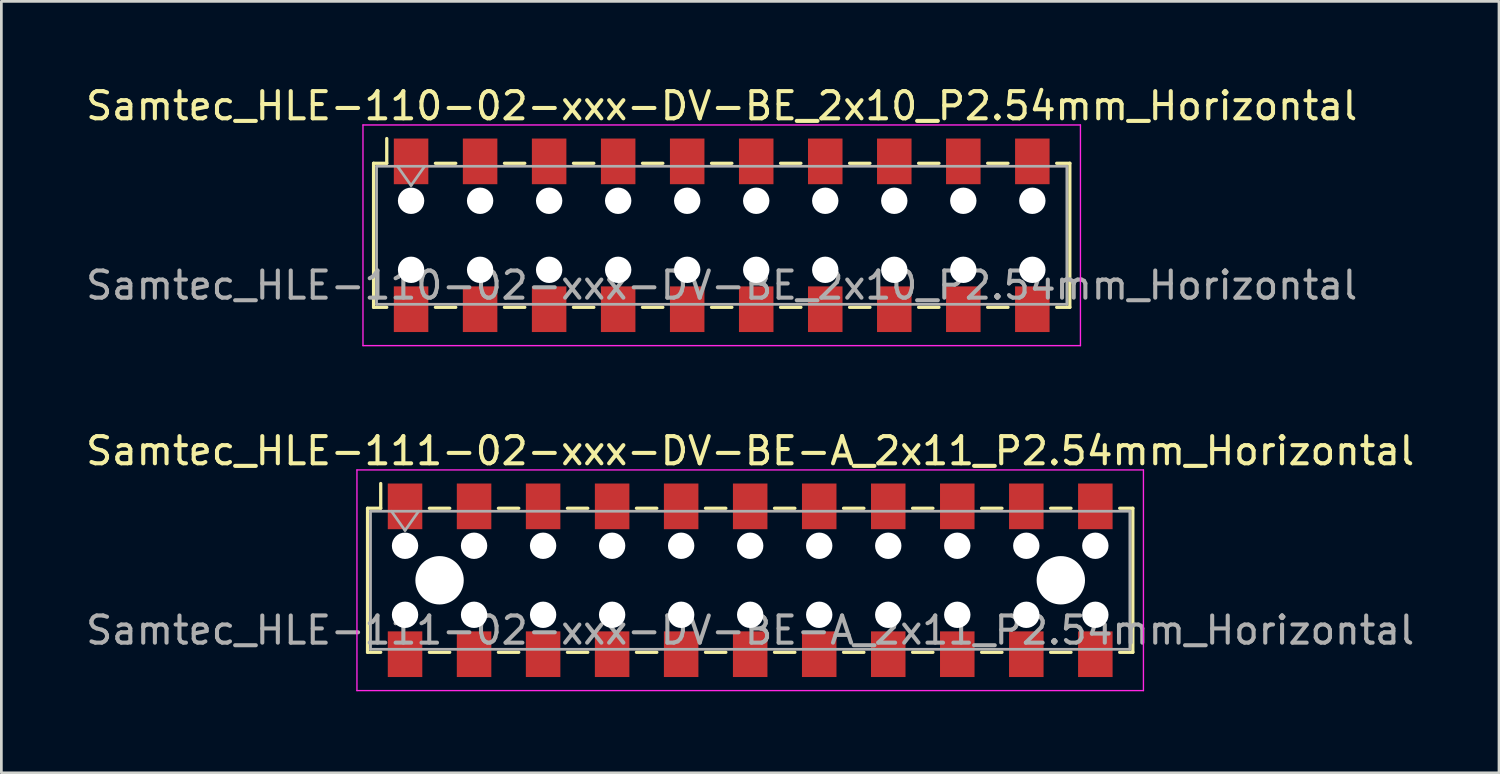
<source format=kicad_pcb>
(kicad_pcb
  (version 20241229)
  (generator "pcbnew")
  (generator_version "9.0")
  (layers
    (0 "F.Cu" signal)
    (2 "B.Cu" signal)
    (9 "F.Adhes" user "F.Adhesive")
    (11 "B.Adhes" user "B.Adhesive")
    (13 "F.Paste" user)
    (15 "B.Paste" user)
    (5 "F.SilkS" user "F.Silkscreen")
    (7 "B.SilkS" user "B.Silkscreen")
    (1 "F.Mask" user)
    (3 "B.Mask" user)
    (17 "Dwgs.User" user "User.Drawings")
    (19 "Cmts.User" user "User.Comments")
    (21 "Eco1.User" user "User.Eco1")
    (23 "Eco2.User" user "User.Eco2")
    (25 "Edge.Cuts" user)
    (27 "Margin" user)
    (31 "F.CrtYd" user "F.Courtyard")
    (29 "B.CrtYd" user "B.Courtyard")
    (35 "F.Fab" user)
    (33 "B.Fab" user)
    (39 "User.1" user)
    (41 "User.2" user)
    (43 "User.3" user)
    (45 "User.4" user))
  (footprint "Samtec_HLE-111-02-xxx-DV-BE-A_2x11_P2.54mm_Horizontal"
    (layer "F.Cu")
    (at 24.554 18.302)
    (property "Reference" "Samtec_HLE-111-02-xxx-DV-BE-A_2x11_P2.54mm_Horizontal" (at 0 -4.76 0) (layer "F.SilkS") (effects (font (size 1 1) (thickness 0.15))))
    (attr smd)
    (fp_line (start -14.08 -2.65) (end -14.08 2.65) (stroke (width 0.12) (type solid)) (layer "F.SilkS"))
    (fp_line (start -14.08 2.65) (end -13.595 2.65) (stroke (width 0.12) (type solid)) (layer "F.SilkS"))
    (fp_line (start -13.595 -3.56) (end -13.595 -2.65) (stroke (width 0.12) (type solid)) (layer "F.SilkS"))
    (fp_line (start -13.595 -2.65) (end -14.08 -2.65) (stroke (width 0.12) (type solid)) (layer "F.SilkS"))
    (fp_line (start -11.805 -2.65) (end -11.055 -2.65) (stroke (width 0.12) (type solid)) (layer "F.SilkS"))
    (fp_line (start -11.805 2.65) (end -11.055 2.65) (stroke (width 0.12) (type solid)) (layer "F.SilkS"))
    (fp_line (start -9.265 -2.65) (end -8.515 -2.65) (stroke (width 0.12) (type solid)) (layer "F.SilkS"))
    (fp_line (start -9.265 2.65) (end -8.515 2.65) (stroke (width 0.12) (type solid)) (layer "F.SilkS"))
    (fp_line (start -6.725 -2.65) (end -5.975 -2.65) (stroke (width 0.12) (type solid)) (layer "F.SilkS"))
    (fp_line (start -6.725 2.65) (end -5.975 2.65) (stroke (width 0.12) (type solid)) (layer "F.SilkS"))
    (fp_line (start -4.185 -2.65) (end -3.435 -2.65) (stroke (width 0.12) (type solid)) (layer "F.SilkS"))
    (fp_line (start -4.185 2.65) (end -3.435 2.65) (stroke (width 0.12) (type solid)) (layer "F.SilkS"))
    (fp_line (start -1.645 -2.65) (end -0.895 -2.65) (stroke (width 0.12) (type solid)) (layer "F.SilkS"))
    (fp_line (start -1.645 2.65) (end -0.895 2.65) (stroke (width 0.12) (type solid)) (layer "F.SilkS"))
    (fp_line (start 0.895 -2.65) (end 1.645 -2.65) (stroke (width 0.12) (type solid)) (layer "F.SilkS"))
    (fp_line (start 0.895 2.65) (end 1.645 2.65) (stroke (width 0.12) (type solid)) (layer "F.SilkS"))
    (fp_line (start 3.435 -2.65) (end 4.185 -2.65) (stroke (width 0.12) (type solid)) (layer "F.SilkS"))
    (fp_line (start 3.435 2.65) (end 4.185 2.65) (stroke (width 0.12) (type solid)) (layer "F.SilkS"))
    (fp_line (start 5.975 -2.65) (end 6.725 -2.65) (stroke (width 0.12) (type solid)) (layer "F.SilkS"))
    (fp_line (start 5.975 2.65) (end 6.725 2.65) (stroke (width 0.12) (type solid)) (layer "F.SilkS"))
    (fp_line (start 8.515 -2.65) (end 9.265 -2.65) (stroke (width 0.12) (type solid)) (layer "F.SilkS"))
    (fp_line (start 8.515 2.65) (end 9.265 2.65) (stroke (width 0.12) (type solid)) (layer "F.SilkS"))
    (fp_line (start 11.055 -2.65) (end 11.805 -2.65) (stroke (width 0.12) (type solid)) (layer "F.SilkS"))
    (fp_line (start 11.055 2.65) (end 11.805 2.65) (stroke (width 0.12) (type solid)) (layer "F.SilkS"))
    (fp_line (start 13.595 -2.65) (end 14.08 -2.65) (stroke (width 0.12) (type solid)) (layer "F.SilkS"))
    (fp_line (start 14.08 -2.65) (end 14.08 2.65) (stroke (width 0.12) (type solid)) (layer "F.SilkS"))
    (fp_line (start 14.08 2.65) (end 13.595 2.65) (stroke (width 0.12) (type solid)) (layer "F.SilkS"))
    (fp_line (start -14.47 -4.06) (end 14.47 -4.06) (stroke (width 0.05) (type solid)) (layer "F.CrtYd"))
    (fp_line (start -14.47 4.06) (end -14.47 -4.06) (stroke (width 0.05) (type solid)) (layer "F.CrtYd"))
    (fp_line (start 14.47 -4.06) (end 14.47 4.06) (stroke (width 0.05) (type solid)) (layer "F.CrtYd"))
    (fp_line (start 14.47 4.06) (end -14.47 4.06) (stroke (width 0.05) (type solid)) (layer "F.CrtYd"))
    (fp_line (start -13.97 -2.54) (end 13.97 -2.54) (stroke (width 0.1) (type solid)) (layer "F.Fab"))
    (fp_line (start -13.97 2.54) (end -13.97 -2.54) (stroke (width 0.1) (type solid)) (layer "F.Fab"))
    (fp_line (start -13.2 -2.54) (end -12.7 -1.833) (stroke (width 0.1) (type solid)) (layer "F.Fab"))
    (fp_line (start -12.7 -1.833) (end -12.2 -2.54) (stroke (width 0.1) (type solid)) (layer "F.Fab"))
    (fp_line (start 13.97 -2.54) (end 13.97 2.54) (stroke (width 0.1) (type solid)) (layer "F.Fab"))
    (fp_line (start 13.97 2.54) (end -13.97 2.54) (stroke (width 0.1) (type solid)) (layer "F.Fab"))
    (fp_text user "${REFERENCE}" (at 0 1.84 0) (layer "F.Fab") (effects (font (size 1 1) (thickness 0.15))))
    (pad "" np_thru_hole circle (at -12.7 -1.27) (size 0.97 0.97) (drill 0.97) (layers "*.Cu" "*.Mask"))
    (pad "" np_thru_hole circle (at -12.7 1.27) (size 0.97 0.97) (drill 0.97) (layers "*.Cu" "*.Mask"))
    (pad "" np_thru_hole circle (at -11.43 0) (size 1.78 1.78) (drill 1.78) (layers "*.Cu" "*.Mask"))
    (pad "" np_thru_hole circle (at -10.16 -1.27) (size 0.97 0.97) (drill 0.97) (layers "*.Cu" "*.Mask"))
    (pad "" np_thru_hole circle (at -10.16 1.27) (size 0.97 0.97) (drill 0.97) (layers "*.Cu" "*.Mask"))
    (pad "" np_thru_hole circle (at -7.62 -1.27) (size 0.97 0.97) (drill 0.97) (layers "*.Cu" "*.Mask"))
    (pad "" np_thru_hole circle (at -7.62 1.27) (size 0.97 0.97) (drill 0.97) (layers "*.Cu" "*.Mask"))
    (pad "" np_thru_hole circle (at -5.08 -1.27) (size 0.97 0.97) (drill 0.97) (layers "*.Cu" "*.Mask"))
    (pad "" np_thru_hole circle (at -5.08 1.27) (size 0.97 0.97) (drill 0.97) (layers "*.Cu" "*.Mask"))
    (pad "" np_thru_hole circle (at -2.54 -1.27) (size 0.97 0.97) (drill 0.97) (layers "*.Cu" "*.Mask"))
    (pad "" np_thru_hole circle (at -2.54 1.27) (size 0.97 0.97) (drill 0.97) (layers "*.Cu" "*.Mask"))
    (pad "" np_thru_hole circle (at 0 -1.27) (size 0.97 0.97) (drill 0.97) (layers "*.Cu" "*.Mask"))
    (pad "" np_thru_hole circle (at 0 1.27) (size 0.97 0.97) (drill 0.97) (layers "*.Cu" "*.Mask"))
    (pad "" np_thru_hole circle (at 2.54 -1.27) (size 0.97 0.97) (drill 0.97) (layers "*.Cu" "*.Mask"))
    (pad "" np_thru_hole circle (at 2.54 1.27) (size 0.97 0.97) (drill 0.97) (layers "*.Cu" "*.Mask"))
    (pad "" np_thru_hole circle (at 5.08 -1.27) (size 0.97 0.97) (drill 0.97) (layers "*.Cu" "*.Mask"))
    (pad "" np_thru_hole circle (at 5.08 1.27) (size 0.97 0.97) (drill 0.97) (layers "*.Cu" "*.Mask"))
    (pad "" np_thru_hole circle (at 7.62 -1.27) (size 0.97 0.97) (drill 0.97) (layers "*.Cu" "*.Mask"))
    (pad "" np_thru_hole circle (at 7.62 1.27) (size 0.97 0.97) (drill 0.97) (layers "*.Cu" "*.Mask"))
    (pad "" np_thru_hole circle (at 10.16 -1.27) (size 0.97 0.97) (drill 0.97) (layers "*.Cu" "*.Mask"))
    (pad "" np_thru_hole circle (at 10.16 1.27) (size 0.97 0.97) (drill 0.97) (layers "*.Cu" "*.Mask"))
    (pad "" np_thru_hole circle (at 11.43 0) (size 1.78 1.78) (drill 1.78) (layers "*.Cu" "*.Mask"))
    (pad "" np_thru_hole circle (at 12.7 -1.27) (size 0.97 0.97) (drill 0.97) (layers "*.Cu" "*.Mask"))
    (pad "" np_thru_hole circle (at 12.7 1.27) (size 0.97 0.97) (drill 0.97) (layers "*.Cu" "*.Mask"))
    (pad "1" smd rect (at -12.7 -2.72) (size 1.27 1.68) (layers "F.Cu" "F.Mask" "F.Paste"))
    (pad "2" smd rect (at -12.7 2.72) (size 1.27 1.68) (layers "F.Cu" "F.Mask" "F.Paste"))
    (pad "3" smd rect (at -10.16 -2.72) (size 1.27 1.68) (layers "F.Cu" "F.Mask" "F.Paste"))
    (pad "4" smd rect (at -10.16 2.72) (size 1.27 1.68) (layers "F.Cu" "F.Mask" "F.Paste"))
    (pad "5" smd rect (at -7.62 -2.72) (size 1.27 1.68) (layers "F.Cu" "F.Mask" "F.Paste"))
    (pad "6" smd rect (at -7.62 2.72) (size 1.27 1.68) (layers "F.Cu" "F.Mask" "F.Paste"))
    (pad "7" smd rect (at -5.08 -2.72) (size 1.27 1.68) (layers "F.Cu" "F.Mask" "F.Paste"))
    (pad "8" smd rect (at -5.08 2.72) (size 1.27 1.68) (layers "F.Cu" "F.Mask" "F.Paste"))
    (pad "9" smd rect (at -2.54 -2.72) (size 1.27 1.68) (layers "F.Cu" "F.Mask" "F.Paste"))
    (pad "10" smd rect (at -2.54 2.72) (size 1.27 1.68) (layers "F.Cu" "F.Mask" "F.Paste"))
    (pad "11" smd rect (at 0 -2.72) (size 1.27 1.68) (layers "F.Cu" "F.Mask" "F.Paste"))
    (pad "12" smd rect (at 0 2.72) (size 1.27 1.68) (layers "F.Cu" "F.Mask" "F.Paste"))
    (pad "13" smd rect (at 2.54 -2.72) (size 1.27 1.68) (layers "F.Cu" "F.Mask" "F.Paste"))
    (pad "14" smd rect (at 2.54 2.72) (size 1.27 1.68) (layers "F.Cu" "F.Mask" "F.Paste"))
    (pad "15" smd rect (at 5.08 -2.72) (size 1.27 1.68) (layers "F.Cu" "F.Mask" "F.Paste"))
    (pad "16" smd rect (at 5.08 2.72) (size 1.27 1.68) (layers "F.Cu" "F.Mask" "F.Paste"))
    (pad "17" smd rect (at 7.62 -2.72) (size 1.27 1.68) (layers "F.Cu" "F.Mask" "F.Paste"))
    (pad "18" smd rect (at 7.62 2.72) (size 1.27 1.68) (layers "F.Cu" "F.Mask" "F.Paste"))
    (pad "19" smd rect (at 10.16 -2.72) (size 1.27 1.68) (layers "F.Cu" "F.Mask" "F.Paste"))
    (pad "20" smd rect (at 10.16 2.72) (size 1.27 1.68) (layers "F.Cu" "F.Mask" "F.Paste"))
    (pad "21" smd rect (at 12.7 -2.72) (size 1.27 1.68) (layers "F.Cu" "F.Mask" "F.Paste"))
    (pad "22" smd rect (at 12.7 2.72) (size 1.27 1.68) (layers "F.Cu" "F.Mask" "F.Paste")))
  (footprint "Samtec_HLE-110-02-xxx-DV-BE_2x10_P2.54mm_Horizontal"
    (layer "F.Cu")
    (at 23.506 5.608)
    (property "Reference" "Samtec_HLE-110-02-xxx-DV-BE_2x10_P2.54mm_Horizontal" (at 0 -4.76 0) (layer "F.SilkS") (effects (font (size 1 1) (thickness 0.15))))
    (attr smd)
    (fp_line (start -12.81 -2.65) (end -12.81 2.65) (stroke (width 0.12) (type solid)) (layer "F.SilkS"))
    (fp_line (start -12.81 2.65) (end -12.325 2.65) (stroke (width 0.12) (type solid)) (layer "F.SilkS"))
    (fp_line (start -12.325 -3.56) (end -12.325 -2.65) (stroke (width 0.12) (type solid)) (layer "F.SilkS"))
    (fp_line (start -12.325 -2.65) (end -12.81 -2.65) (stroke (width 0.12) (type solid)) (layer "F.SilkS"))
    (fp_line (start -10.535 -2.65) (end -9.785 -2.65) (stroke (width 0.12) (type solid)) (layer "F.SilkS"))
    (fp_line (start -10.535 2.65) (end -9.785 2.65) (stroke (width 0.12) (type solid)) (layer "F.SilkS"))
    (fp_line (start -7.995 -2.65) (end -7.245 -2.65) (stroke (width 0.12) (type solid)) (layer "F.SilkS"))
    (fp_line (start -7.995 2.65) (end -7.245 2.65) (stroke (width 0.12) (type solid)) (layer "F.SilkS"))
    (fp_line (start -5.455 -2.65) (end -4.705 -2.65) (stroke (width 0.12) (type solid)) (layer "F.SilkS"))
    (fp_line (start -5.455 2.65) (end -4.705 2.65) (stroke (width 0.12) (type solid)) (layer "F.SilkS"))
    (fp_line (start -2.915 -2.65) (end -2.165 -2.65) (stroke (width 0.12) (type solid)) (layer "F.SilkS"))
    (fp_line (start -2.915 2.65) (end -2.165 2.65) (stroke (width 0.12) (type solid)) (layer "F.SilkS"))
    (fp_line (start -0.375 -2.65) (end 0.375 -2.65) (stroke (width 0.12) (type solid)) (layer "F.SilkS"))
    (fp_line (start -0.375 2.65) (end 0.375 2.65) (stroke (width 0.12) (type solid)) (layer "F.SilkS"))
    (fp_line (start 2.165 -2.65) (end 2.915 -2.65) (stroke (width 0.12) (type solid)) (layer "F.SilkS"))
    (fp_line (start 2.165 2.65) (end 2.915 2.65) (stroke (width 0.12) (type solid)) (layer "F.SilkS"))
    (fp_line (start 4.705 -2.65) (end 5.455 -2.65) (stroke (width 0.12) (type solid)) (layer "F.SilkS"))
    (fp_line (start 4.705 2.65) (end 5.455 2.65) (stroke (width 0.12) (type solid)) (layer "F.SilkS"))
    (fp_line (start 7.245 -2.65) (end 7.995 -2.65) (stroke (width 0.12) (type solid)) (layer "F.SilkS"))
    (fp_line (start 7.245 2.65) (end 7.995 2.65) (stroke (width 0.12) (type solid)) (layer "F.SilkS"))
    (fp_line (start 9.785 -2.65) (end 10.535 -2.65) (stroke (width 0.12) (type solid)) (layer "F.SilkS"))
    (fp_line (start 9.785 2.65) (end 10.535 2.65) (stroke (width 0.12) (type solid)) (layer "F.SilkS"))
    (fp_line (start 12.325 -2.65) (end 12.81 -2.65) (stroke (width 0.12) (type solid)) (layer "F.SilkS"))
    (fp_line (start 12.81 -2.65) (end 12.81 2.65) (stroke (width 0.12) (type solid)) (layer "F.SilkS"))
    (fp_line (start 12.81 2.65) (end 12.325 2.65) (stroke (width 0.12) (type solid)) (layer "F.SilkS"))
    (fp_line (start -13.2 -4.06) (end 13.2 -4.06) (stroke (width 0.05) (type solid)) (layer "F.CrtYd"))
    (fp_line (start -13.2 4.06) (end -13.2 -4.06) (stroke (width 0.05) (type solid)) (layer "F.CrtYd"))
    (fp_line (start 13.2 -4.06) (end 13.2 4.06) (stroke (width 0.05) (type solid)) (layer "F.CrtYd"))
    (fp_line (start 13.2 4.06) (end -13.2 4.06) (stroke (width 0.05) (type solid)) (layer "F.CrtYd"))
    (fp_line (start -12.7 -2.54) (end 12.7 -2.54) (stroke (width 0.1) (type solid)) (layer "F.Fab"))
    (fp_line (start -12.7 2.54) (end -12.7 -2.54) (stroke (width 0.1) (type solid)) (layer "F.Fab"))
    (fp_line (start -11.93 -2.54) (end -11.43 -1.833) (stroke (width 0.1) (type solid)) (layer "F.Fab"))
    (fp_line (start -11.43 -1.833) (end -10.93 -2.54) (stroke (width 0.1) (type solid)) (layer "F.Fab"))
    (fp_line (start 12.7 -2.54) (end 12.7 2.54) (stroke (width 0.1) (type solid)) (layer "F.Fab"))
    (fp_line (start 12.7 2.54) (end -12.7 2.54) (stroke (width 0.1) (type solid)) (layer "F.Fab"))
    (fp_text user "${REFERENCE}" (at 0 1.84 0) (layer "F.Fab") (effects (font (size 1 1) (thickness 0.15))))
    (pad "" np_thru_hole circle (at -11.43 -1.27) (size 0.97 0.97) (drill 0.97) (layers "*.Cu" "*.Mask"))
    (pad "" np_thru_hole circle (at -11.43 1.27) (size 0.97 0.97) (drill 0.97) (layers "*.Cu" "*.Mask"))
    (pad "" np_thru_hole circle (at -8.89 -1.27) (size 0.97 0.97) (drill 0.97) (layers "*.Cu" "*.Mask"))
    (pad "" np_thru_hole circle (at -8.89 1.27) (size 0.97 0.97) (drill 0.97) (layers "*.Cu" "*.Mask"))
    (pad "" np_thru_hole circle (at -6.35 -1.27) (size 0.97 0.97) (drill 0.97) (layers "*.Cu" "*.Mask"))
    (pad "" np_thru_hole circle (at -6.35 1.27) (size 0.97 0.97) (drill 0.97) (layers "*.Cu" "*.Mask"))
    (pad "" np_thru_hole circle (at -3.81 -1.27) (size 0.97 0.97) (drill 0.97) (layers "*.Cu" "*.Mask"))
    (pad "" np_thru_hole circle (at -3.81 1.27) (size 0.97 0.97) (drill 0.97) (layers "*.Cu" "*.Mask"))
    (pad "" np_thru_hole circle (at -1.27 -1.27) (size 0.97 0.97) (drill 0.97) (layers "*.Cu" "*.Mask"))
    (pad "" np_thru_hole circle (at -1.27 1.27) (size 0.97 0.97) (drill 0.97) (layers "*.Cu" "*.Mask"))
    (pad "" np_thru_hole circle (at 1.27 -1.27) (size 0.97 0.97) (drill 0.97) (layers "*.Cu" "*.Mask"))
    (pad "" np_thru_hole circle (at 1.27 1.27) (size 0.97 0.97) (drill 0.97) (layers "*.Cu" "*.Mask"))
    (pad "" np_thru_hole circle (at 3.81 -1.27) (size 0.97 0.97) (drill 0.97) (layers "*.Cu" "*.Mask"))
    (pad "" np_thru_hole circle (at 3.81 1.27) (size 0.97 0.97) (drill 0.97) (layers "*.Cu" "*.Mask"))
    (pad "" np_thru_hole circle (at 6.35 -1.27) (size 0.97 0.97) (drill 0.97) (layers "*.Cu" "*.Mask"))
    (pad "" np_thru_hole circle (at 6.35 1.27) (size 0.97 0.97) (drill 0.97) (layers "*.Cu" "*.Mask"))
    (pad "" np_thru_hole circle (at 8.89 -1.27) (size 0.97 0.97) (drill 0.97) (layers "*.Cu" "*.Mask"))
    (pad "" np_thru_hole circle (at 8.89 1.27) (size 0.97 0.97) (drill 0.97) (layers "*.Cu" "*.Mask"))
    (pad "" np_thru_hole circle (at 11.43 -1.27) (size 0.97 0.97) (drill 0.97) (layers "*.Cu" "*.Mask"))
    (pad "" np_thru_hole circle (at 11.43 1.27) (size 0.97 0.97) (drill 0.97) (layers "*.Cu" "*.Mask"))
    (pad "1" smd rect (at -11.43 -2.72) (size 1.27 1.68) (layers "F.Cu" "F.Mask" "F.Paste"))
    (pad "2" smd rect (at -11.43 2.72) (size 1.27 1.68) (layers "F.Cu" "F.Mask" "F.Paste"))
    (pad "3" smd rect (at -8.89 -2.72) (size 1.27 1.68) (layers "F.Cu" "F.Mask" "F.Paste"))
    (pad "4" smd rect (at -8.89 2.72) (size 1.27 1.68) (layers "F.Cu" "F.Mask" "F.Paste"))
    (pad "5" smd rect (at -6.35 -2.72) (size 1.27 1.68) (layers "F.Cu" "F.Mask" "F.Paste"))
    (pad "6" smd rect (at -6.35 2.72) (size 1.27 1.68) (layers "F.Cu" "F.Mask" "F.Paste"))
    (pad "7" smd rect (at -3.81 -2.72) (size 1.27 1.68) (layers "F.Cu" "F.Mask" "F.Paste"))
    (pad "8" smd rect (at -3.81 2.72) (size 1.27 1.68) (layers "F.Cu" "F.Mask" "F.Paste"))
    (pad "9" smd rect (at -1.27 -2.72) (size 1.27 1.68) (layers "F.Cu" "F.Mask" "F.Paste"))
    (pad "10" smd rect (at -1.27 2.72) (size 1.27 1.68) (layers "F.Cu" "F.Mask" "F.Paste"))
    (pad "11" smd rect (at 1.27 -2.72) (size 1.27 1.68) (layers "F.Cu" "F.Mask" "F.Paste"))
    (pad "12" smd rect (at 1.27 2.72) (size 1.27 1.68) (layers "F.Cu" "F.Mask" "F.Paste"))
    (pad "13" smd rect (at 3.81 -2.72) (size 1.27 1.68) (layers "F.Cu" "F.Mask" "F.Paste"))
    (pad "14" smd rect (at 3.81 2.72) (size 1.27 1.68) (layers "F.Cu" "F.Mask" "F.Paste"))
    (pad "15" smd rect (at 6.35 -2.72) (size 1.27 1.68) (layers "F.Cu" "F.Mask" "F.Paste"))
    (pad "16" smd rect (at 6.35 2.72) (size 1.27 1.68) (layers "F.Cu" "F.Mask" "F.Paste"))
    (pad "17" smd rect (at 8.89 -2.72) (size 1.27 1.68) (layers "F.Cu" "F.Mask" "F.Paste"))
    (pad "18" smd rect (at 8.89 2.72) (size 1.27 1.68) (layers "F.Cu" "F.Mask" "F.Paste"))
    (pad "19" smd rect (at 11.43 -2.72) (size 1.27 1.68) (layers "F.Cu" "F.Mask" "F.Paste"))
    (pad "20" smd rect (at 11.43 2.72) (size 1.27 1.68) (layers "F.Cu" "F.Mask" "F.Paste")))
  (gr_rect
    (start -3 -3)
    (end 52.107 25.387)
    (stroke (width 0.1) (type default))
    (fill no)
    (layer "Edge.Cuts")))
</source>
